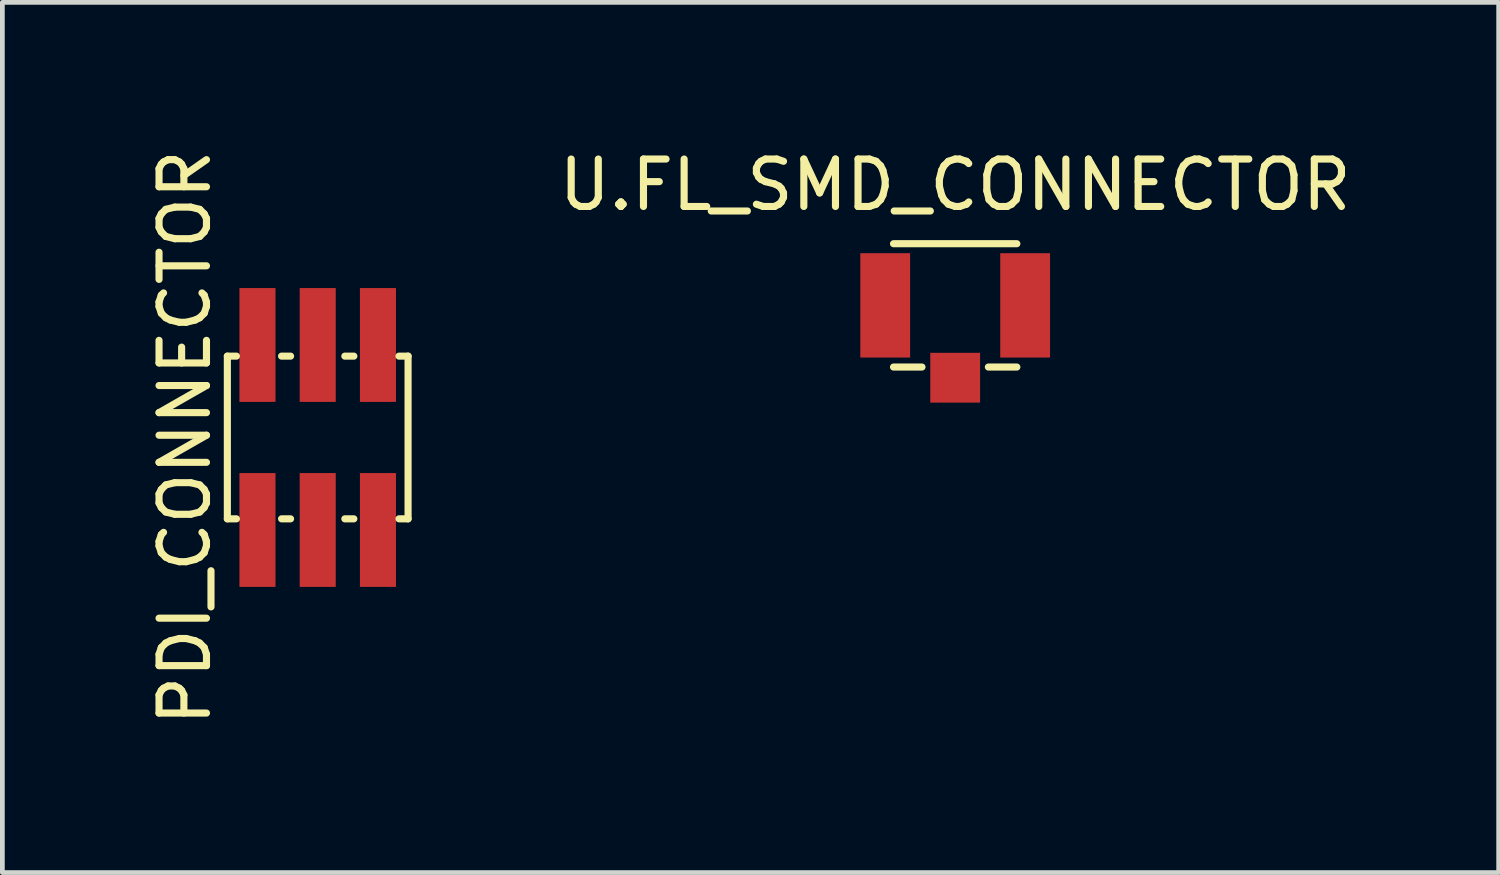
<source format=kicad_pcb>
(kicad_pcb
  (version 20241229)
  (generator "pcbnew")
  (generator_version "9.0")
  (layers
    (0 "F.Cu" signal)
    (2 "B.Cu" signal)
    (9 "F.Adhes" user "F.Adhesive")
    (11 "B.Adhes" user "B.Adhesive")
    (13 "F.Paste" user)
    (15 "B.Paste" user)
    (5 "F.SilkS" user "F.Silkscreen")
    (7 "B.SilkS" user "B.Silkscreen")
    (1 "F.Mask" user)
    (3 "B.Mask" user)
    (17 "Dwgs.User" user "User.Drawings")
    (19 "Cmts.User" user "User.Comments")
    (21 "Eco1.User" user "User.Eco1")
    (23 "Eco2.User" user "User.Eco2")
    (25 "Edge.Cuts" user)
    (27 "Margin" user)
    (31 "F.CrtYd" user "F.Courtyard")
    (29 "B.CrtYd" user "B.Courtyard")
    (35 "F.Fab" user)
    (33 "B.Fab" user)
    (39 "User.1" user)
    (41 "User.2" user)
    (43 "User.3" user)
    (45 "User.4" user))
  (footprint "U.FL_SMD_CONNECTOR"
    (layer "F.Cu")
    (at 17.087 3.388)
    (property "Reference" "U.FL_SMD_CONNECTOR" (at 0 -2.54 0) (layer "F.SilkS") (effects (font (size 1 1) (thickness 0.15))))
    (attr through_hole)
    (fp_line (start -1.3 -1.3) (end 1.3 -1.3) (stroke (width 0.15) (type solid)) (layer "F.SilkS"))
    (fp_line (start -1.3 1.3) (end -0.7 1.3) (stroke (width 0.15) (type solid)) (layer "F.SilkS"))
    (fp_line (start 1.3 1.3) (end 0.7 1.3) (stroke (width 0.15) (type solid)) (layer "F.SilkS"))
    (pad "1" smd rect (at -1.475 0) (size 1.05 2.2) (layers "F.Cu" "F.Mask" "F.Paste"))
    (pad "2" smd rect (at 1.475 0) (size 1.05 2.2) (layers "F.Cu" "F.Mask" "F.Paste"))
    (pad "FEED" smd rect (at 0 1.525) (size 1.05 1.05) (layers "F.Cu" "F.Mask" "F.Paste")))
  (footprint "PDI_CONNECTOR"
    (layer "F.Cu")
    (at 3.648 6.173)
    (property "Reference" "PDI_CONNECTOR" (at -2.8 0 90) (layer "F.SilkS") (effects (font (size 1 1) (thickness 0.15))))
    (attr through_hole)
    (fp_line (start -1.905 1.715) (end -1.905 -1.715) (stroke (width 0.15) (type solid)) (layer "F.SilkS"))
    (fp_line (start -1.714 -1.715) (end -1.905 -1.715) (stroke (width 0.15) (type solid)) (layer "F.SilkS"))
    (fp_line (start -1.714 1.715) (end -1.905 1.715) (stroke (width 0.15) (type solid)) (layer "F.SilkS"))
    (fp_line (start -0.572 -1.715) (end -0.762 -1.715) (stroke (width 0.15) (type solid)) (layer "F.SilkS"))
    (fp_line (start -0.572 1.715) (end -0.762 1.715) (stroke (width 0.15) (type solid)) (layer "F.SilkS"))
    (fp_line (start 0.762 -1.715) (end 0.572 -1.715) (stroke (width 0.15) (type solid)) (layer "F.SilkS"))
    (fp_line (start 0.762 1.715) (end 0.572 1.715) (stroke (width 0.15) (type solid)) (layer "F.SilkS"))
    (fp_line (start 1.905 -1.715) (end 1.714 -1.715) (stroke (width 0.15) (type solid)) (layer "F.SilkS"))
    (fp_line (start 1.905 -1.715) (end 1.905 1.715) (stroke (width 0.15) (type solid)) (layer "F.SilkS"))
    (fp_line (start 1.905 1.715) (end 1.714 1.715) (stroke (width 0.15) (type solid)) (layer "F.SilkS"))
    (pad "1" smd rect (at -1.27 1.95) (size 0.76 2.4) (layers "F.Cu" "F.Mask" "F.Paste"))
    (pad "2" smd rect (at -1.27 -1.95) (size 0.76 2.4) (layers "F.Cu" "F.Mask" "F.Paste"))
    (pad "3" smd rect (at 0 1.95) (size 0.76 2.4) (layers "F.Cu" "F.Mask" "F.Paste"))
    (pad "4" smd rect (at 0 -1.95) (size 0.76 2.4) (layers "F.Cu" "F.Mask" "F.Paste"))
    (pad "5" smd rect (at 1.27 1.95) (size 0.76 2.4) (layers "F.Cu" "F.Mask" "F.Paste"))
    (pad "6" smd rect (at 1.27 -1.95) (size 0.76 2.4) (layers "F.Cu" "F.Mask" "F.Paste")))
  (gr_rect
    (start -3 -3)
    (end 28.545 15.345)
    (stroke (width 0.1) (type default))
    (fill no)
    (layer "Edge.Cuts")))
</source>
